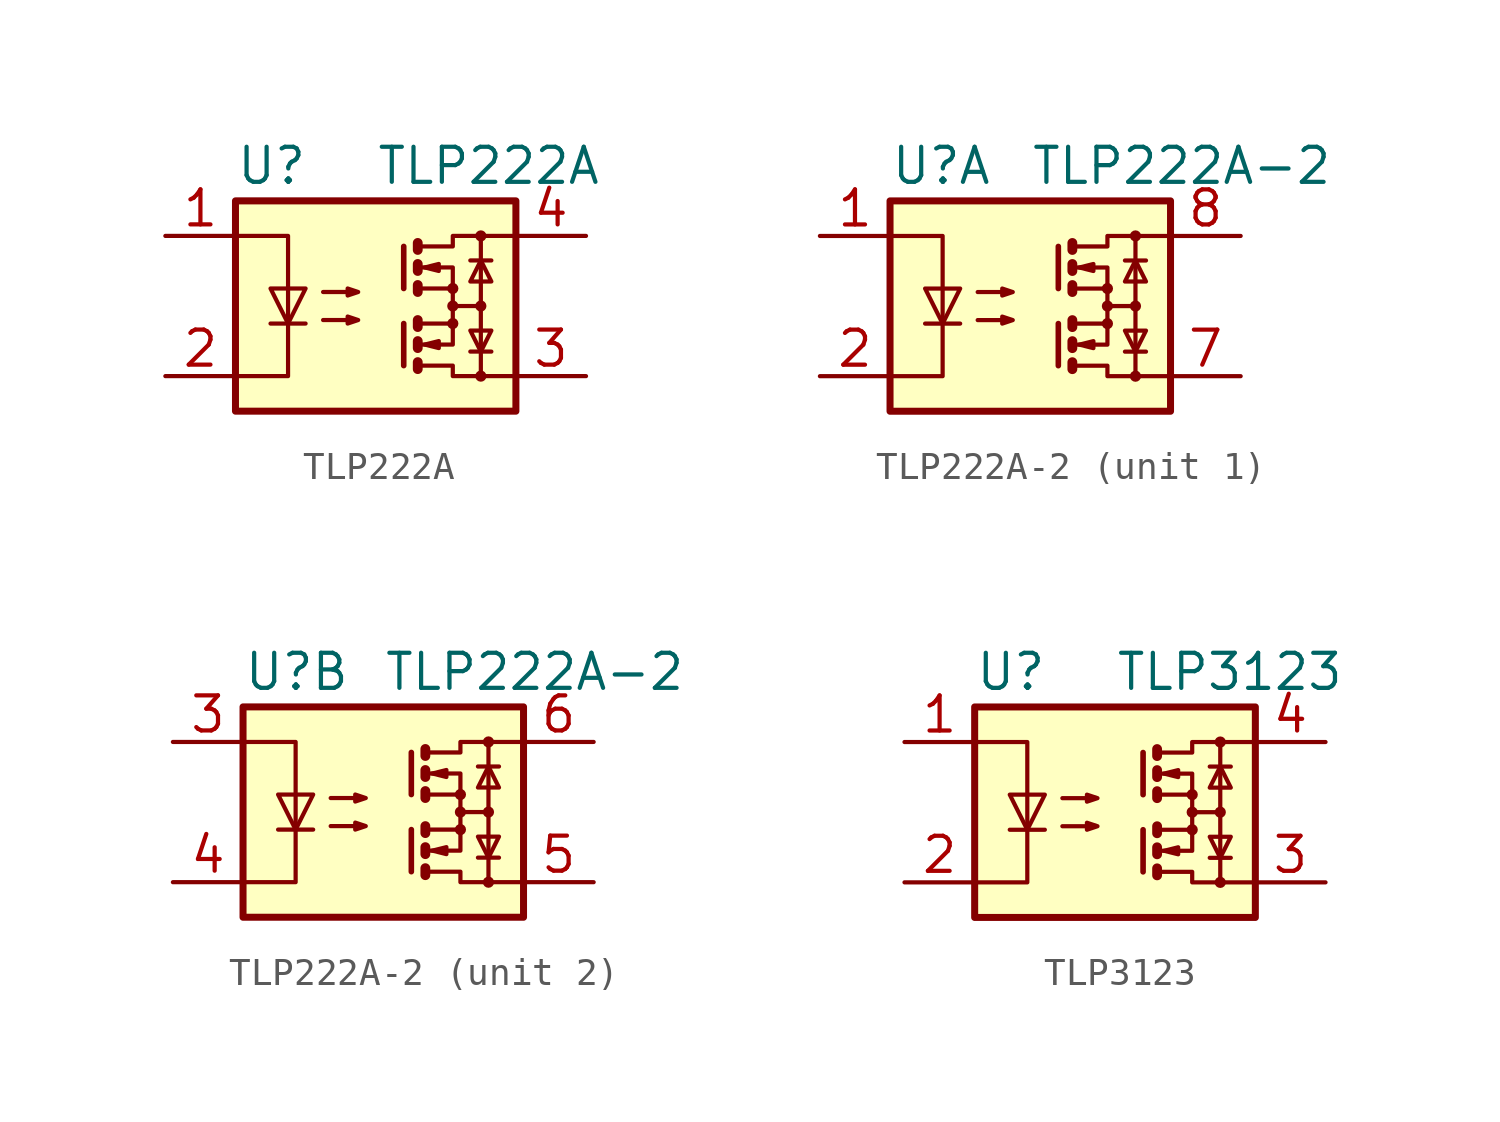
<source format=kicad_sym>
(kicad_symbol_lib
  (version 20201005)
  (generator kicad_symbol_editor)
  (symbol "Relay_SolidState:TLP222A"
    (property "Reference" "U"
      (at -5.08 5.08 0)
      (effects (font (size 1.27 1.27)) (justify left)))
    (property "Value" "TLP222A"
      (at 0 5.08 0)
      (effects (font (size 1.27 1.27)) (justify left)))
    (symbol "TLP222A_0_1"
      (circle (center 2.794 -0.635) (radius 0.127) (stroke (width 0)) (fill (type none)))
      (circle (center 2.794 0) (radius 0.127) (stroke (width 0)) (fill (type none)))
      (circle (center 2.794 0.635) (radius 0.127) (stroke (width 0)) (fill (type none)))
      (circle (center 3.81 -2.54) (radius 0.127) (stroke (width 0)) (fill (type none)))
      (circle (center 3.81 0) (radius 0.127) (stroke (width 0)) (fill (type none)))
      (circle (center 3.81 2.54) (radius 0.127) (stroke (width 0)) (fill (type none)))
      (rectangle (start -5.08 3.81) (end 5.08 -3.81) (stroke (width 0.254)) (fill (type background)))
      (polyline (pts (xy -3.81 -0.635) (xy -2.54 -0.635)) (stroke (width 0)) (fill (type none)))
      (polyline (pts (xy 1.016 -0.635) (xy 1.016 -2.159)) (stroke (width 0.203)) (fill (type none)))
      (polyline (pts (xy 1.016 2.159) (xy 1.016 0.635)) (stroke (width 0.203)) (fill (type none)))
      (polyline (pts (xy 1.524 -0.508) (xy 1.524 -0.762)) (stroke (width 0.356)) (fill (type none)))
      (polyline (pts (xy 2.794 0) (xy 3.81 0)) (stroke (width 0)) (fill (type none)))
      (polyline (pts (xy 3.429 -1.651) (xy 4.191 -1.651)) (stroke (width 0)) (fill (type none)))
      (polyline (pts (xy 3.429 1.651) (xy 4.191 1.651)) (stroke (width 0)) (fill (type none)))
      (polyline (pts (xy 3.81 -2.54) (xy 3.81 2.54)) (stroke (width 0)) (fill (type none)))
      (polyline (pts (xy 1.524 -2.032) (xy 1.524 -2.286) (xy 1.524 -2.286)) (stroke (width 0.356)) (fill (type none)))
      (polyline (pts (xy 1.524 -1.27) (xy 1.524 -1.524) (xy 1.524 -1.524)) (stroke (width 0.356)) (fill (type none)))
      (polyline (pts (xy 1.524 0.762) (xy 1.524 0.508) (xy 1.524 0.508)) (stroke (width 0.356)) (fill (type none)))
      (polyline (pts (xy 1.524 1.524) (xy 1.524 1.27) (xy 1.524 1.27)) (stroke (width 0.356)) (fill (type none)))
      (polyline (pts (xy 1.524 2.286) (xy 1.524 2.032) (xy 1.524 2.032)) (stroke (width 0.356)) (fill (type none)))
      (polyline (pts (xy 1.651 -1.397) (xy 2.794 -1.397) (xy 2.794 -0.635)) (stroke (width 0)) (fill (type none)))
      (polyline (pts (xy 1.651 1.397) (xy 2.794 1.397) (xy 2.794 0.635)) (stroke (width 0)) (fill (type none)))
      (polyline (pts (xy -5.08 2.54) (xy -3.175 2.54) (xy -3.175 -2.54) (xy -5.08 -2.54)) (stroke (width 0)) (fill (type none)))
      (polyline (pts (xy -3.175 -0.635) (xy -3.81 0.635) (xy -2.54 0.635) (xy -3.175 -0.635)) (stroke (width 0)) (fill (type none)))
      (polyline (pts (xy 1.651 -2.159) (xy 2.794 -2.159) (xy 2.794 -2.54) (xy 5.08 -2.54)) (stroke (width 0)) (fill (type none)))
      (polyline (pts (xy 1.651 -0.635) (xy 2.794 -0.635) (xy 2.794 0.635) (xy 1.651 0.635)) (stroke (width 0)) (fill (type none)))
      (polyline (pts (xy 1.651 2.159) (xy 2.794 2.159) (xy 2.794 2.54) (xy 5.08 2.54)) (stroke (width 0)) (fill (type none)))
      (polyline (pts (xy 1.778 -1.397) (xy 2.286 -1.27) (xy 2.286 -1.524) (xy 1.778 -1.397)) (stroke (width 0)) (fill (type none)))
      (polyline (pts (xy 1.778 1.397) (xy 2.286 1.524) (xy 2.286 1.27) (xy 1.778 1.397)) (stroke (width 0)) (fill (type none)))
      (polyline (pts (xy 3.81 -1.651) (xy 3.429 -0.889) (xy 4.191 -0.889) (xy 3.81 -1.651)) (stroke (width 0)) (fill (type none)))
      (polyline (pts (xy 3.81 1.651) (xy 3.429 0.889) (xy 4.191 0.889) (xy 3.81 1.651)) (stroke (width 0)) (fill (type none)))
      (polyline (pts (xy -1.905 -0.508) (xy -0.635 -0.508) (xy -1.016 -0.635) (xy -1.016 -0.381) (xy -0.635 -0.508)) (stroke (width 0)) (fill (type none)))
      (polyline (pts (xy -1.905 0.508) (xy -0.635 0.508) (xy -1.016 0.381) (xy -1.016 0.635) (xy -0.635 0.508)) (stroke (width 0)) (fill (type none))))
    (symbol "TLP222A_1_1"
      (pin passive line (at -7.62 2.54 0) (length 2.54) (name "~" (effects (font (size 1.27 1.27)))) (number "1" (effects (font (size 1.27 1.27)))))
      (pin passive line (at -7.62 -2.54 0) (length 2.54) (name "~" (effects (font (size 1.27 1.27)))) (number "2" (effects (font (size 1.27 1.27)))))
      (pin passive line (at 7.62 -2.54 180) (length 2.54) (name "~" (effects (font (size 1.27 1.27)))) (number "3" (effects (font (size 1.27 1.27)))))
      (pin passive line (at 7.62 2.54 180) (length 2.54) (name "~" (effects (font (size 1.27 1.27)))) (number "4" (effects (font (size 1.27 1.27)))))))
  (symbol "Relay_SolidState:TLP222A-2"
    (property "Reference" "U"
      (at -5.08 5.08 0)
      (effects (font (size 1.27 1.27)) (justify left)))
    (property "Value" "TLP222A-2"
      (at 0 5.08 0)
      (effects (font (size 1.27 1.27)) (justify left)))
    (symbol "TLP222A-2_0_1"
      (circle (center 2.794 -0.635) (radius 0.127) (stroke (width 0)) (fill (type none)))
      (circle (center 2.794 0) (radius 0.127) (stroke (width 0)) (fill (type none)))
      (circle (center 2.794 0.635) (radius 0.127) (stroke (width 0)) (fill (type none)))
      (circle (center 3.81 -2.54) (radius 0.127) (stroke (width 0)) (fill (type none)))
      (circle (center 3.81 0) (radius 0.127) (stroke (width 0)) (fill (type none)))
      (circle (center 3.81 2.54) (radius 0.127) (stroke (width 0)) (fill (type none)))
      (rectangle (start -5.08 3.81) (end 5.08 -3.81) (stroke (width 0.254)) (fill (type background)))
      (polyline (pts (xy -3.81 -0.635) (xy -2.54 -0.635)) (stroke (width 0)) (fill (type none)))
      (polyline (pts (xy 1.016 -0.635) (xy 1.016 -2.159)) (stroke (width 0.203)) (fill (type none)))
      (polyline (pts (xy 1.016 2.159) (xy 1.016 0.635)) (stroke (width 0.203)) (fill (type none)))
      (polyline (pts (xy 1.524 -0.508) (xy 1.524 -0.762)) (stroke (width 0.356)) (fill (type none)))
      (polyline (pts (xy 2.794 0) (xy 3.81 0)) (stroke (width 0)) (fill (type none)))
      (polyline (pts (xy 3.429 -1.651) (xy 4.191 -1.651)) (stroke (width 0)) (fill (type none)))
      (polyline (pts (xy 3.429 1.651) (xy 4.191 1.651)) (stroke (width 0)) (fill (type none)))
      (polyline (pts (xy 3.81 -2.54) (xy 3.81 2.54)) (stroke (width 0)) (fill (type none)))
      (polyline (pts (xy 1.524 -2.032) (xy 1.524 -2.286) (xy 1.524 -2.286)) (stroke (width 0.356)) (fill (type none)))
      (polyline (pts (xy 1.524 -1.27) (xy 1.524 -1.524) (xy 1.524 -1.524)) (stroke (width 0.356)) (fill (type none)))
      (polyline (pts (xy 1.524 0.762) (xy 1.524 0.508) (xy 1.524 0.508)) (stroke (width 0.356)) (fill (type none)))
      (polyline (pts (xy 1.524 1.524) (xy 1.524 1.27) (xy 1.524 1.27)) (stroke (width 0.356)) (fill (type none)))
      (polyline (pts (xy 1.524 2.286) (xy 1.524 2.032) (xy 1.524 2.032)) (stroke (width 0.356)) (fill (type none)))
      (polyline (pts (xy 1.651 -1.397) (xy 2.794 -1.397) (xy 2.794 -0.635)) (stroke (width 0)) (fill (type none)))
      (polyline (pts (xy 1.651 1.397) (xy 2.794 1.397) (xy 2.794 0.635)) (stroke (width 0)) (fill (type none)))
      (polyline (pts (xy -5.08 2.54) (xy -3.175 2.54) (xy -3.175 -2.54) (xy -5.08 -2.54)) (stroke (width 0)) (fill (type none)))
      (polyline (pts (xy -3.175 -0.635) (xy -3.81 0.635) (xy -2.54 0.635) (xy -3.175 -0.635)) (stroke (width 0)) (fill (type none)))
      (polyline (pts (xy 1.651 -2.159) (xy 2.794 -2.159) (xy 2.794 -2.54) (xy 5.08 -2.54)) (stroke (width 0)) (fill (type none)))
      (polyline (pts (xy 1.651 -0.635) (xy 2.794 -0.635) (xy 2.794 0.635) (xy 1.651 0.635)) (stroke (width 0)) (fill (type none)))
      (polyline (pts (xy 1.651 2.159) (xy 2.794 2.159) (xy 2.794 2.54) (xy 5.08 2.54)) (stroke (width 0)) (fill (type none)))
      (polyline (pts (xy 1.778 -1.397) (xy 2.286 -1.27) (xy 2.286 -1.524) (xy 1.778 -1.397)) (stroke (width 0)) (fill (type none)))
      (polyline (pts (xy 1.778 1.397) (xy 2.286 1.524) (xy 2.286 1.27) (xy 1.778 1.397)) (stroke (width 0)) (fill (type none)))
      (polyline (pts (xy 3.81 -1.651) (xy 3.429 -0.889) (xy 4.191 -0.889) (xy 3.81 -1.651)) (stroke (width 0)) (fill (type none)))
      (polyline (pts (xy 3.81 1.651) (xy 3.429 0.889) (xy 4.191 0.889) (xy 3.81 1.651)) (stroke (width 0)) (fill (type none)))
      (polyline (pts (xy -1.905 -0.508) (xy -0.635 -0.508) (xy -1.016 -0.635) (xy -1.016 -0.381) (xy -0.635 -0.508)) (stroke (width 0)) (fill (type none)))
      (polyline (pts (xy -1.905 0.508) (xy -0.635 0.508) (xy -1.016 0.381) (xy -1.016 0.635) (xy -0.635 0.508)) (stroke (width 0)) (fill (type none))))
    (symbol "TLP222A-2_1_1"
      (pin passive line (at -7.62 2.54 0) (length 2.54) (name "~" (effects (font (size 1.27 1.27)))) (number "1" (effects (font (size 1.27 1.27)))))
      (pin passive line (at -7.62 -2.54 0) (length 2.54) (name "~" (effects (font (size 1.27 1.27)))) (number "2" (effects (font (size 1.27 1.27)))))
      (pin passive line (at 7.62 -2.54 180) (length 2.54) (name "~" (effects (font (size 1.27 1.27)))) (number "7" (effects (font (size 1.27 1.27)))))
      (pin passive line (at 7.62 2.54 180) (length 2.54) (name "~" (effects (font (size 1.27 1.27)))) (number "8" (effects (font (size 1.27 1.27))))))
    (symbol "TLP222A-2_2_1"
      (pin passive line (at -7.62 2.54 0) (length 2.54) (name "~" (effects (font (size 1.27 1.27)))) (number "3" (effects (font (size 1.27 1.27)))))
      (pin passive line (at -7.62 -2.54 0) (length 2.54) (name "~" (effects (font (size 1.27 1.27)))) (number "4" (effects (font (size 1.27 1.27)))))
      (pin passive line (at 7.62 -2.54 180) (length 2.54) (name "~" (effects (font (size 1.27 1.27)))) (number "5" (effects (font (size 1.27 1.27)))))
      (pin passive line (at 7.62 2.54 180) (length 2.54) (name "~" (effects (font (size 1.27 1.27)))) (number "6" (effects (font (size 1.27 1.27)))))))
  (symbol "Relay_SolidState:TLP3123"
    (property "Reference" "U"
      (at -5.08 5.08 0)
      (effects (font (size 1.27 1.27)) (justify left)))
    (property "Value" "TLP3123"
      (at 0 5.08 0)
      (effects (font (size 1.27 1.27)) (justify left)))
    (symbol "TLP3123_0_1"
      (circle (center 2.794 -0.635) (radius 0.127) (stroke (width 0)) (fill (type none)))
      (circle (center 2.794 0) (radius 0.127) (stroke (width 0)) (fill (type none)))
      (circle (center 2.794 0.635) (radius 0.127) (stroke (width 0)) (fill (type none)))
      (circle (center 3.81 -2.54) (radius 0.127) (stroke (width 0)) (fill (type none)))
      (circle (center 3.81 0) (radius 0.127) (stroke (width 0)) (fill (type none)))
      (circle (center 3.81 2.54) (radius 0.127) (stroke (width 0)) (fill (type none)))
      (rectangle (start -5.08 3.81) (end 5.08 -3.81) (stroke (width 0.254)) (fill (type background)))
      (polyline (pts (xy -3.81 -0.635) (xy -2.54 -0.635)) (stroke (width 0)) (fill (type none)))
      (polyline (pts (xy 1.016 -0.635) (xy 1.016 -2.159)) (stroke (width 0.203)) (fill (type none)))
      (polyline (pts (xy 1.016 2.159) (xy 1.016 0.635)) (stroke (width 0.203)) (fill (type none)))
      (polyline (pts (xy 1.524 -0.508) (xy 1.524 -0.762)) (stroke (width 0.356)) (fill (type none)))
      (polyline (pts (xy 2.794 0) (xy 3.81 0)) (stroke (width 0)) (fill (type none)))
      (polyline (pts (xy 3.429 -1.651) (xy 4.191 -1.651)) (stroke (width 0)) (fill (type none)))
      (polyline (pts (xy 3.429 1.651) (xy 4.191 1.651)) (stroke (width 0)) (fill (type none)))
      (polyline (pts (xy 3.81 -2.54) (xy 3.81 2.54)) (stroke (width 0)) (fill (type none)))
      (polyline (pts (xy 1.524 -2.032) (xy 1.524 -2.286) (xy 1.524 -2.286)) (stroke (width 0.356)) (fill (type none)))
      (polyline (pts (xy 1.524 -1.27) (xy 1.524 -1.524) (xy 1.524 -1.524)) (stroke (width 0.356)) (fill (type none)))
      (polyline (pts (xy 1.524 0.762) (xy 1.524 0.508) (xy 1.524 0.508)) (stroke (width 0.356)) (fill (type none)))
      (polyline (pts (xy 1.524 1.524) (xy 1.524 1.27) (xy 1.524 1.27)) (stroke (width 0.356)) (fill (type none)))
      (polyline (pts (xy 1.524 2.286) (xy 1.524 2.032) (xy 1.524 2.032)) (stroke (width 0.356)) (fill (type none)))
      (polyline (pts (xy 1.651 -1.397) (xy 2.794 -1.397) (xy 2.794 -0.635)) (stroke (width 0)) (fill (type none)))
      (polyline (pts (xy 1.651 1.397) (xy 2.794 1.397) (xy 2.794 0.635)) (stroke (width 0)) (fill (type none)))
      (polyline (pts (xy -5.08 2.54) (xy -3.175 2.54) (xy -3.175 -2.54) (xy -5.08 -2.54)) (stroke (width 0)) (fill (type none)))
      (polyline (pts (xy -3.175 -0.635) (xy -3.81 0.635) (xy -2.54 0.635) (xy -3.175 -0.635)) (stroke (width 0)) (fill (type none)))
      (polyline (pts (xy 1.651 -2.159) (xy 2.794 -2.159) (xy 2.794 -2.54) (xy 5.08 -2.54)) (stroke (width 0)) (fill (type none)))
      (polyline (pts (xy 1.651 -0.635) (xy 2.794 -0.635) (xy 2.794 0.635) (xy 1.651 0.635)) (stroke (width 0)) (fill (type none)))
      (polyline (pts (xy 1.651 2.159) (xy 2.794 2.159) (xy 2.794 2.54) (xy 5.08 2.54)) (stroke (width 0)) (fill (type none)))
      (polyline (pts (xy 1.778 -1.397) (xy 2.286 -1.27) (xy 2.286 -1.524) (xy 1.778 -1.397)) (stroke (width 0)) (fill (type none)))
      (polyline (pts (xy 1.778 1.397) (xy 2.286 1.524) (xy 2.286 1.27) (xy 1.778 1.397)) (stroke (width 0)) (fill (type none)))
      (polyline (pts (xy 3.81 -1.651) (xy 3.429 -0.889) (xy 4.191 -0.889) (xy 3.81 -1.651)) (stroke (width 0)) (fill (type none)))
      (polyline (pts (xy 3.81 1.651) (xy 3.429 0.889) (xy 4.191 0.889) (xy 3.81 1.651)) (stroke (width 0)) (fill (type none)))
      (polyline (pts (xy -1.905 -0.508) (xy -0.635 -0.508) (xy -1.016 -0.635) (xy -1.016 -0.381) (xy -0.635 -0.508)) (stroke (width 0)) (fill (type none)))
      (polyline (pts (xy -1.905 0.508) (xy -0.635 0.508) (xy -1.016 0.381) (xy -1.016 0.635) (xy -0.635 0.508)) (stroke (width 0)) (fill (type none))))
    (symbol "TLP3123_1_1"
      (pin passive line (at -7.62 2.54 0) (length 2.54) (name "~" (effects (font (size 1.27 1.27)))) (number "1" (effects (font (size 1.27 1.27)))))
      (pin passive line (at -7.62 -2.54 0) (length 2.54) (name "~" (effects (font (size 1.27 1.27)))) (number "2" (effects (font (size 1.27 1.27)))))
      (pin passive line (at 7.62 -2.54 180) (length 2.54) (name "~" (effects (font (size 1.27 1.27)))) (number "3" (effects (font (size 1.27 1.27)))))
      (pin passive line (at 7.62 2.54 180) (length 2.54) (name "~" (effects (font (size 1.27 1.27)))) (number "4" (effects (font (size 1.27 1.27))))))))
</source>
